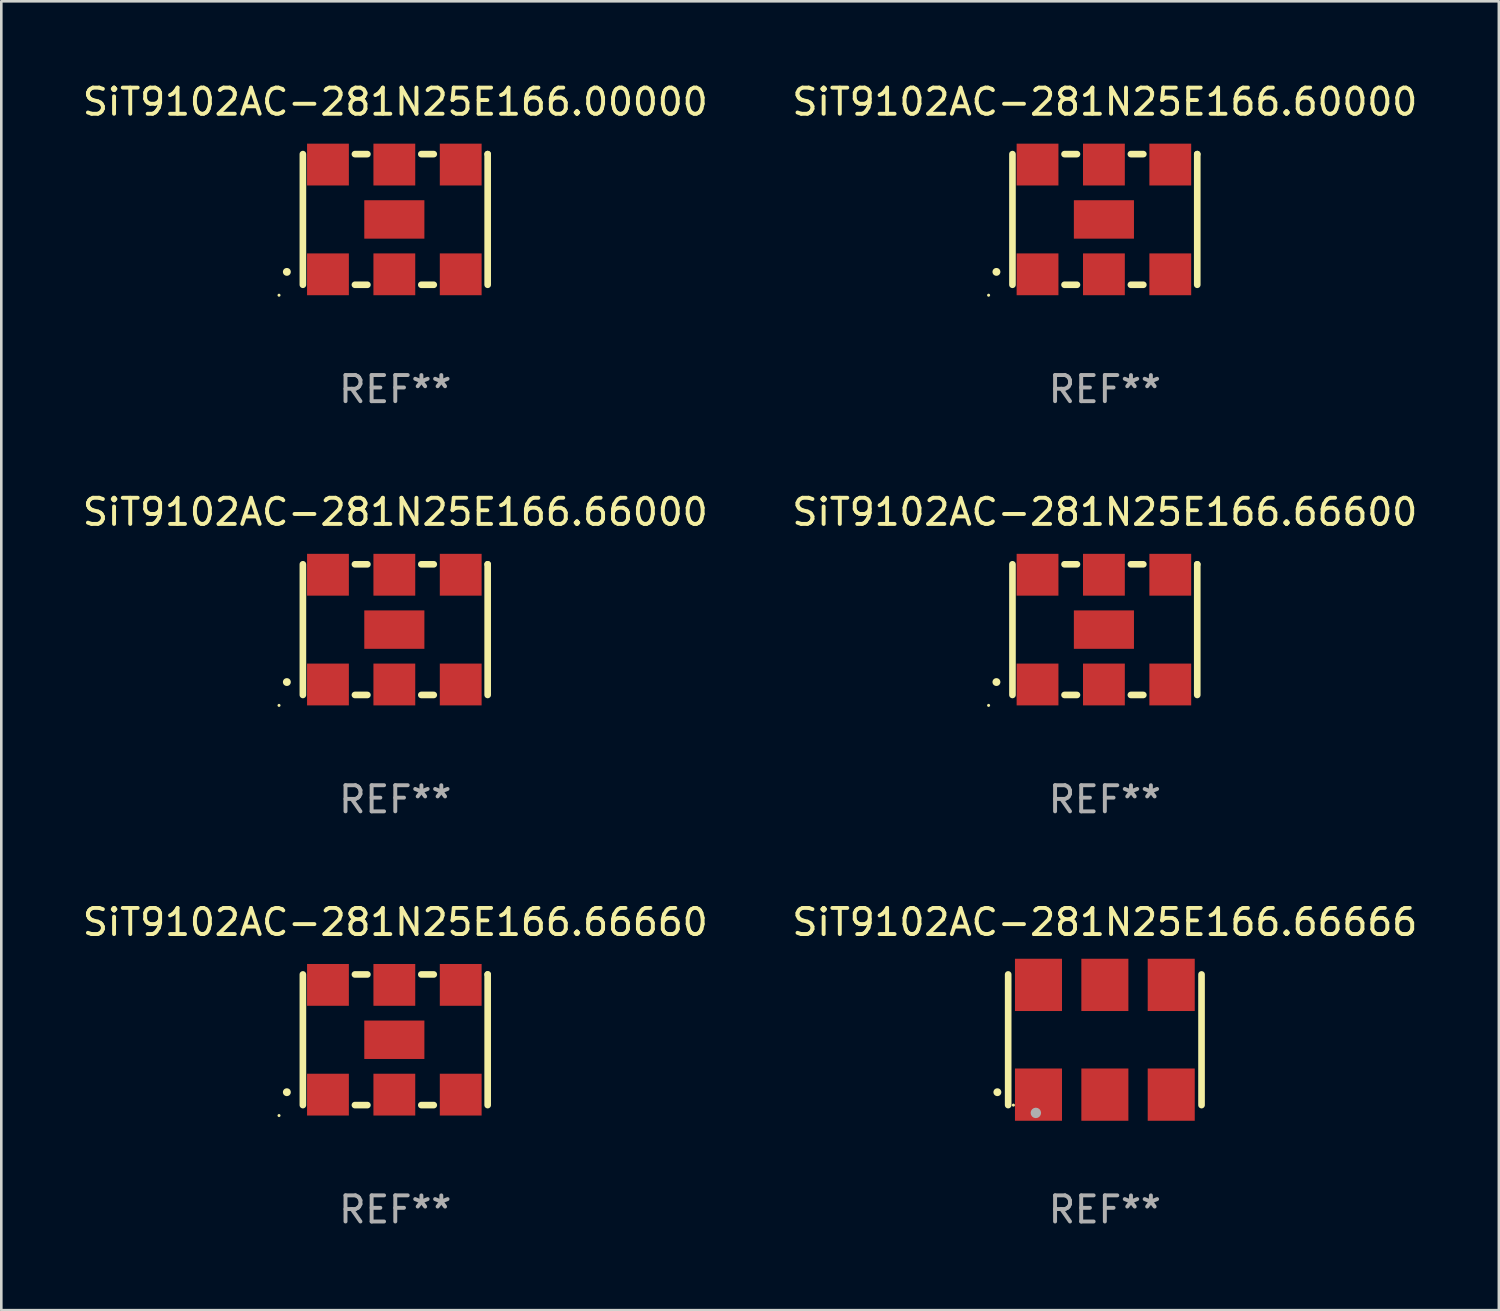
<source format=kicad_pcb>
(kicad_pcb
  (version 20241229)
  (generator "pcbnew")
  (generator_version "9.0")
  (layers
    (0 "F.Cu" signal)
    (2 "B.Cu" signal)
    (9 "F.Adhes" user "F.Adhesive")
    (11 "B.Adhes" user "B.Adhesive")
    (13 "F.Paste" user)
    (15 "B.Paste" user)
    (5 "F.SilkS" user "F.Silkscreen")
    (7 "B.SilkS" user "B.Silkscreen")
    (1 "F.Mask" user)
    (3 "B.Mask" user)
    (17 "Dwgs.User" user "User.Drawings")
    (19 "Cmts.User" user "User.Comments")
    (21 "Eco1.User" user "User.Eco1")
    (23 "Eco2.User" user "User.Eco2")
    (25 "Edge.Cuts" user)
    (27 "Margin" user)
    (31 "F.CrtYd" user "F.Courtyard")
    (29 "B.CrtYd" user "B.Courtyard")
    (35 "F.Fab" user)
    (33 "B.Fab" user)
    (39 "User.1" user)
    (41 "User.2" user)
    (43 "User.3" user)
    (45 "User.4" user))
  (footprint "SiT9102AC-281N25E166.66666"
    (layer "F.Cu")
    (at 39.232 36.741)
    (property "Reference" "SiT9102AC-281N25E166.66666" (at 0 -4.5 0) (layer "F.SilkS") (effects (font (size 1 1) (thickness 0.15))))
    (attr through_hole)
    (fp_line (start -3.7 -2.5) (end -3.7 2.5) (stroke (width 0.254) (type solid)) (layer "F.SilkS"))
    (fp_line (start 3.7 -2.5) (end 3.7 2.5) (stroke (width 0.254) (type solid)) (layer "F.SilkS"))
    (fp_arc (start -4.114415 2.006604) (mid -4.113145 2.006599) (end -4.111875 2.006604) (stroke (width 0.3) (type solid)) (layer "F.SilkS"))
    (fp_circle (center -3.5 2.501) (end -3.47 2.501) (stroke (width 0.06) (type solid)) (fill no) (layer "F.SilkS"))
    (fp_circle (center -2.641 2.799) (end -2.541 2.799) (stroke (width 0.2) (type solid)) (fill no) (layer "F.Fab"))
    (fp_text user "REF**" (at 0 6.5 0) (layer "F.Fab") (effects (font (size 1 1) (thickness 0.15))))
    (pad "1" smd rect (at -2.54 2.1) (size 1.8 2) (layers "F.Cu" "F.Mask" "F.Paste"))
    (pad "2" smd rect (at 0.000394 2.1) (size 1.8 2) (layers "F.Cu" "F.Mask" "F.Paste"))
    (pad "3" smd rect (at 2.54 2.1) (size 1.8 2) (layers "F.Cu" "F.Mask" "F.Paste"))
    (pad "4" smd rect (at 2.54 -2.1) (size 1.8 2) (layers "F.Cu" "F.Mask" "F.Paste"))
    (pad "5" smd rect (at 0.000394 -2.1) (size 1.8 2) (layers "F.Cu" "F.Mask" "F.Paste"))
    (pad "6" smd rect (at -2.54 -2.1) (size 1.8 2) (layers "F.Cu" "F.Mask" "F.Paste")))
  (footprint "SiT9102AC-281N25E166.66600"
    (layer "F.Cu")
    (at 39.232 21.045)
    (property "Reference" "SiT9102AC-281N25E166.66600" (at 0 -4.5 0) (layer "F.SilkS") (effects (font (size 1 1) (thickness 0.15))))
    (attr through_hole)
    (fp_line (start -3.536 -2.5) (end -3.536 2.5) (stroke (width 0.254) (type solid)) (layer "F.SilkS"))
    (fp_line (start -1.544 2.5) (end -1.067 2.5) (stroke (width 0.254) (type solid)) (layer "F.SilkS"))
    (fp_line (start -1.067 -2.5) (end -1.544 -2.5) (stroke (width 0.254) (type solid)) (layer "F.SilkS"))
    (fp_line (start 0.996 2.5) (end 1.473 2.5) (stroke (width 0.254) (type solid)) (layer "F.SilkS"))
    (fp_line (start 1.473 -2.5) (end 0.996 -2.5) (stroke (width 0.254) (type solid)) (layer "F.SilkS"))
    (fp_line (start 3.536 -2.5) (end 3.536 -2.5) (stroke (width 0.254) (type solid)) (layer "F.SilkS"))
    (fp_line (start 3.536 2.5) (end 3.536 -2.5) (stroke (width 0.254) (type solid)) (layer "F.SilkS"))
    (fp_arc (start -4.150432 2.006604) (mid -4.149162 2.006599) (end -4.147892 2.006604) (stroke (width 0.3) (type solid)) (layer "F.SilkS"))
    (fp_circle (center -4.449 2.9) (end -4.419 2.9) (stroke (width 0.06) (type solid)) (fill no) (layer "F.SilkS"))
    (fp_text user "REF**" (at 0 6.5 0) (layer "F.Fab") (effects (font (size 1 1) (thickness 0.15))))
    (pad "1" smd rect (at -2.576 2.1) (size 1.6 1.6) (layers "F.Cu" "F.Mask" "F.Paste"))
    (pad "2" smd rect (at -0.036 2.1) (size 1.6 1.6) (layers "F.Cu" "F.Mask" "F.Paste"))
    (pad "3" smd rect (at 2.504 2.1) (size 1.6 1.6) (layers "F.Cu" "F.Mask" "F.Paste"))
    (pad "4" smd rect (at 2.504 -2.1) (size 1.6 1.6) (layers "F.Cu" "F.Mask" "F.Paste"))
    (pad "5" smd rect (at -0.036 -2.1) (size 1.6 1.6) (layers "F.Cu" "F.Mask" "F.Paste"))
    (pad "6" smd rect (at -2.576 -2.1) (size 1.6 1.6) (layers "F.Cu" "F.Mask" "F.Paste"))
    (pad "7" smd rect (at -0.036 0) (size 2.3 1.47) (layers "F.Cu" "F.Mask" "F.Paste")))
  (footprint "SiT9102AC-281N25E166.66000"
    (layer "F.Cu")
    (at 12.077 21.045)
    (property "Reference" "SiT9102AC-281N25E166.66000" (at 0 -4.5 0) (layer "F.SilkS") (effects (font (size 1 1) (thickness 0.15))))
    (attr through_hole)
    (fp_line (start -3.536 -2.5) (end -3.536 2.5) (stroke (width 0.254) (type solid)) (layer "F.SilkS"))
    (fp_line (start -1.544 2.5) (end -1.067 2.5) (stroke (width 0.254) (type solid)) (layer "F.SilkS"))
    (fp_line (start -1.067 -2.5) (end -1.544 -2.5) (stroke (width 0.254) (type solid)) (layer "F.SilkS"))
    (fp_line (start 0.996 2.5) (end 1.473 2.5) (stroke (width 0.254) (type solid)) (layer "F.SilkS"))
    (fp_line (start 1.473 -2.5) (end 0.996 -2.5) (stroke (width 0.254) (type solid)) (layer "F.SilkS"))
    (fp_line (start 3.536 -2.5) (end 3.536 -2.5) (stroke (width 0.254) (type solid)) (layer "F.SilkS"))
    (fp_line (start 3.536 2.5) (end 3.536 -2.5) (stroke (width 0.254) (type solid)) (layer "F.SilkS"))
    (fp_arc (start -4.150432 2.006604) (mid -4.149162 2.006599) (end -4.147892 2.006604) (stroke (width 0.3) (type solid)) (layer "F.SilkS"))
    (fp_circle (center -4.449 2.9) (end -4.419 2.9) (stroke (width 0.06) (type solid)) (fill no) (layer "F.SilkS"))
    (fp_text user "REF**" (at 0 6.5 0) (layer "F.Fab") (effects (font (size 1 1) (thickness 0.15))))
    (pad "1" smd rect (at -2.576 2.1) (size 1.6 1.6) (layers "F.Cu" "F.Mask" "F.Paste"))
    (pad "2" smd rect (at -0.036 2.1) (size 1.6 1.6) (layers "F.Cu" "F.Mask" "F.Paste"))
    (pad "3" smd rect (at 2.504 2.1) (size 1.6 1.6) (layers "F.Cu" "F.Mask" "F.Paste"))
    (pad "4" smd rect (at 2.504 -2.1) (size 1.6 1.6) (layers "F.Cu" "F.Mask" "F.Paste"))
    (pad "5" smd rect (at -0.036 -2.1) (size 1.6 1.6) (layers "F.Cu" "F.Mask" "F.Paste"))
    (pad "6" smd rect (at -2.576 -2.1) (size 1.6 1.6) (layers "F.Cu" "F.Mask" "F.Paste"))
    (pad "7" smd rect (at -0.036 0) (size 2.3 1.47) (layers "F.Cu" "F.Mask" "F.Paste")))
  (footprint "SiT9102AC-281N25E166.60000"
    (layer "F.Cu")
    (at 39.232 5.348)
    (property "Reference" "SiT9102AC-281N25E166.60000" (at 0 -4.5 0) (layer "F.SilkS") (effects (font (size 1 1) (thickness 0.15))))
    (attr through_hole)
    (fp_line (start -3.536 -2.5) (end -3.536 2.5) (stroke (width 0.254) (type solid)) (layer "F.SilkS"))
    (fp_line (start -1.544 2.5) (end -1.067 2.5) (stroke (width 0.254) (type solid)) (layer "F.SilkS"))
    (fp_line (start -1.067 -2.5) (end -1.544 -2.5) (stroke (width 0.254) (type solid)) (layer "F.SilkS"))
    (fp_line (start 0.996 2.5) (end 1.473 2.5) (stroke (width 0.254) (type solid)) (layer "F.SilkS"))
    (fp_line (start 1.473 -2.5) (end 0.996 -2.5) (stroke (width 0.254) (type solid)) (layer "F.SilkS"))
    (fp_line (start 3.536 -2.5) (end 3.536 -2.5) (stroke (width 0.254) (type solid)) (layer "F.SilkS"))
    (fp_line (start 3.536 2.5) (end 3.536 -2.5) (stroke (width 0.254) (type solid)) (layer "F.SilkS"))
    (fp_arc (start -4.150432 2.006604) (mid -4.149162 2.006599) (end -4.147892 2.006604) (stroke (width 0.3) (type solid)) (layer "F.SilkS"))
    (fp_circle (center -4.449 2.9) (end -4.419 2.9) (stroke (width 0.06) (type solid)) (fill no) (layer "F.SilkS"))
    (fp_text user "REF**" (at 0 6.5 0) (layer "F.Fab") (effects (font (size 1 1) (thickness 0.15))))
    (pad "1" smd rect (at -2.576 2.1) (size 1.6 1.6) (layers "F.Cu" "F.Mask" "F.Paste"))
    (pad "2" smd rect (at -0.036 2.1) (size 1.6 1.6) (layers "F.Cu" "F.Mask" "F.Paste"))
    (pad "3" smd rect (at 2.504 2.1) (size 1.6 1.6) (layers "F.Cu" "F.Mask" "F.Paste"))
    (pad "4" smd rect (at 2.504 -2.1) (size 1.6 1.6) (layers "F.Cu" "F.Mask" "F.Paste"))
    (pad "5" smd rect (at -0.036 -2.1) (size 1.6 1.6) (layers "F.Cu" "F.Mask" "F.Paste"))
    (pad "6" smd rect (at -2.576 -2.1) (size 1.6 1.6) (layers "F.Cu" "F.Mask" "F.Paste"))
    (pad "7" smd rect (at -0.036 0) (size 2.3 1.47) (layers "F.Cu" "F.Mask" "F.Paste")))
  (footprint "SiT9102AC-281N25E166.00000"
    (layer "F.Cu")
    (at 12.077 5.348)
    (property "Reference" "SiT9102AC-281N25E166.00000" (at 0 -4.5 0) (layer "F.SilkS") (effects (font (size 1 1) (thickness 0.15))))
    (attr through_hole)
    (fp_line (start -3.536 -2.5) (end -3.536 2.5) (stroke (width 0.254) (type solid)) (layer "F.SilkS"))
    (fp_line (start -1.544 2.5) (end -1.067 2.5) (stroke (width 0.254) (type solid)) (layer "F.SilkS"))
    (fp_line (start -1.067 -2.5) (end -1.544 -2.5) (stroke (width 0.254) (type solid)) (layer "F.SilkS"))
    (fp_line (start 0.996 2.5) (end 1.473 2.5) (stroke (width 0.254) (type solid)) (layer "F.SilkS"))
    (fp_line (start 1.473 -2.5) (end 0.996 -2.5) (stroke (width 0.254) (type solid)) (layer "F.SilkS"))
    (fp_line (start 3.536 -2.5) (end 3.536 -2.5) (stroke (width 0.254) (type solid)) (layer "F.SilkS"))
    (fp_line (start 3.536 2.5) (end 3.536 -2.5) (stroke (width 0.254) (type solid)) (layer "F.SilkS"))
    (fp_arc (start -4.150432 2.006604) (mid -4.149162 2.006599) (end -4.147892 2.006604) (stroke (width 0.3) (type solid)) (layer "F.SilkS"))
    (fp_circle (center -4.449 2.9) (end -4.419 2.9) (stroke (width 0.06) (type solid)) (fill no) (layer "F.SilkS"))
    (fp_text user "REF**" (at 0 6.5 0) (layer "F.Fab") (effects (font (size 1 1) (thickness 0.15))))
    (pad "1" smd rect (at -2.576 2.1) (size 1.6 1.6) (layers "F.Cu" "F.Mask" "F.Paste"))
    (pad "2" smd rect (at -0.036 2.1) (size 1.6 1.6) (layers "F.Cu" "F.Mask" "F.Paste"))
    (pad "3" smd rect (at 2.504 2.1) (size 1.6 1.6) (layers "F.Cu" "F.Mask" "F.Paste"))
    (pad "4" smd rect (at 2.504 -2.1) (size 1.6 1.6) (layers "F.Cu" "F.Mask" "F.Paste"))
    (pad "5" smd rect (at -0.036 -2.1) (size 1.6 1.6) (layers "F.Cu" "F.Mask" "F.Paste"))
    (pad "6" smd rect (at -2.576 -2.1) (size 1.6 1.6) (layers "F.Cu" "F.Mask" "F.Paste"))
    (pad "7" smd rect (at -0.036 0) (size 2.3 1.47) (layers "F.Cu" "F.Mask" "F.Paste")))
  (footprint "SiT9102AC-281N25E166.66660"
    (layer "F.Cu")
    (at 12.077 36.741)
    (property "Reference" "SiT9102AC-281N25E166.66660" (at 0 -4.5 0) (layer "F.SilkS") (effects (font (size 1 1) (thickness 0.15))))
    (attr through_hole)
    (fp_line (start -3.536 -2.5) (end -3.536 2.5) (stroke (width 0.254) (type solid)) (layer "F.SilkS"))
    (fp_line (start -1.544 2.5) (end -1.067 2.5) (stroke (width 0.254) (type solid)) (layer "F.SilkS"))
    (fp_line (start -1.067 -2.5) (end -1.544 -2.5) (stroke (width 0.254) (type solid)) (layer "F.SilkS"))
    (fp_line (start 0.996 2.5) (end 1.473 2.5) (stroke (width 0.254) (type solid)) (layer "F.SilkS"))
    (fp_line (start 1.473 -2.5) (end 0.996 -2.5) (stroke (width 0.254) (type solid)) (layer "F.SilkS"))
    (fp_line (start 3.536 -2.5) (end 3.536 -2.5) (stroke (width 0.254) (type solid)) (layer "F.SilkS"))
    (fp_line (start 3.536 2.5) (end 3.536 -2.5) (stroke (width 0.254) (type solid)) (layer "F.SilkS"))
    (fp_arc (start -4.150432 2.006604) (mid -4.149162 2.006599) (end -4.147892 2.006604) (stroke (width 0.3) (type solid)) (layer "F.SilkS"))
    (fp_circle (center -4.449 2.9) (end -4.419 2.9) (stroke (width 0.06) (type solid)) (fill no) (layer "F.SilkS"))
    (fp_text user "REF**" (at 0 6.5 0) (layer "F.Fab") (effects (font (size 1 1) (thickness 0.15))))
    (pad "1" smd rect (at -2.576 2.1) (size 1.6 1.6) (layers "F.Cu" "F.Mask" "F.Paste"))
    (pad "2" smd rect (at -0.036 2.1) (size 1.6 1.6) (layers "F.Cu" "F.Mask" "F.Paste"))
    (pad "3" smd rect (at 2.504 2.1) (size 1.6 1.6) (layers "F.Cu" "F.Mask" "F.Paste"))
    (pad "4" smd rect (at 2.504 -2.1) (size 1.6 1.6) (layers "F.Cu" "F.Mask" "F.Paste"))
    (pad "5" smd rect (at -0.036 -2.1) (size 1.6 1.6) (layers "F.Cu" "F.Mask" "F.Paste"))
    (pad "6" smd rect (at -2.576 -2.1) (size 1.6 1.6) (layers "F.Cu" "F.Mask" "F.Paste"))
    (pad "7" smd rect (at -0.036 0) (size 2.3 1.47) (layers "F.Cu" "F.Mask" "F.Paste")))
  (gr_rect
    (start -3 -3)
    (end 54.31 47.09)
    (stroke (width 0.1) (type default))
    (fill no)
    (layer "Edge.Cuts")))
</source>
